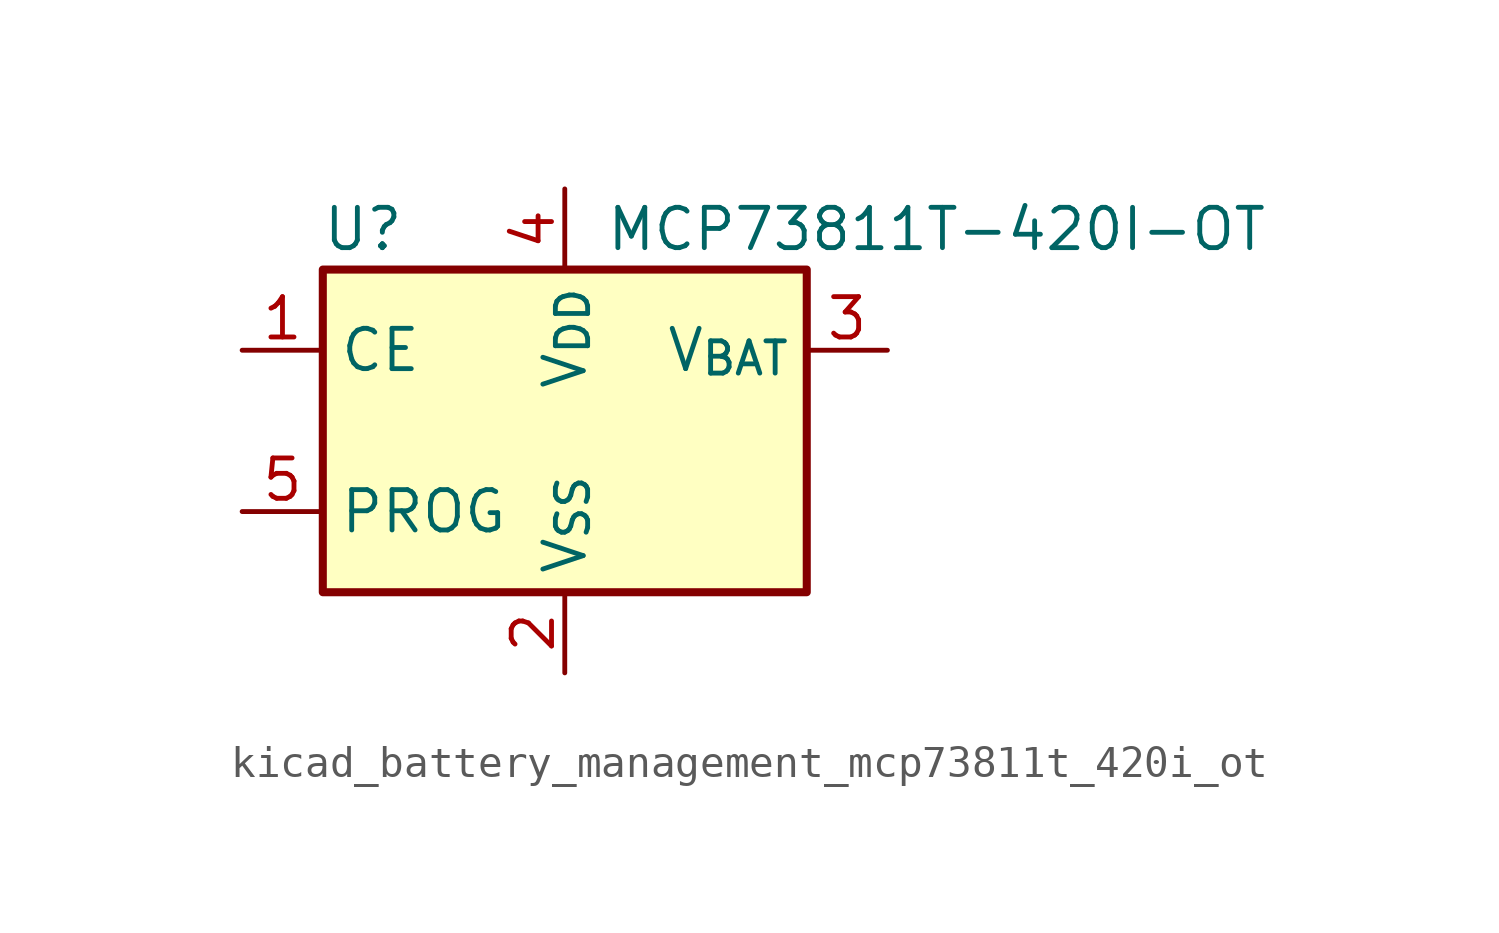
<source format=kicad_sym>
(kicad_symbol_lib
  (version 20220914)
  (generator kicad_symbol_editor)
  (symbol "kicad_battery_management_mcp73811t_420i_ot"
    (property "Reference" "U"
      (at -6.35 6.35 0)
      (effects (font (size 1.27 1.27))))
    (property "Value" "MCP73811T-420I-OT"
      (at 1.27 6.35 0)
      (effects (font (size 1.27 1.27)) (justify left)))
    (symbol "kicad_battery_management_mcp73811t_420i_ot_0_1"
      (rectangle (start -7.62 5.08) (end 7.62 -5.08) (stroke (width 0.254) (type default)) (fill (type background))))
    (symbol "kicad_battery_management_mcp73811t_420i_ot_1_1"
      (pin input line (at -10.16 2.54 0) (length 2.54) (name "CE" (effects (font (size 1.27 1.27)))) (number "1" (effects (font (size 1.27 1.27)))))
      (pin power_in line (at 0 -7.62 90) (length 2.54) (name "V_{SS}" (effects (font (size 1.27 1.27)))) (number "2" (effects (font (size 1.27 1.27)))))
      (pin power_out line (at 10.16 2.54 180) (length 2.54) (name "V_{BAT}" (effects (font (size 1.27 1.27)))) (number "3" (effects (font (size 1.27 1.27)))))
      (pin power_in line (at 0 7.62 270) (length 2.54) (name "V_{DD}" (effects (font (size 1.27 1.27)))) (number "4" (effects (font (size 1.27 1.27)))))
      (pin input line (at -10.16 -2.54 0) (length 2.54) (name "PROG" (effects (font (size 1.27 1.27)))) (number "5" (effects (font (size 1.27 1.27))))))))
</source>
